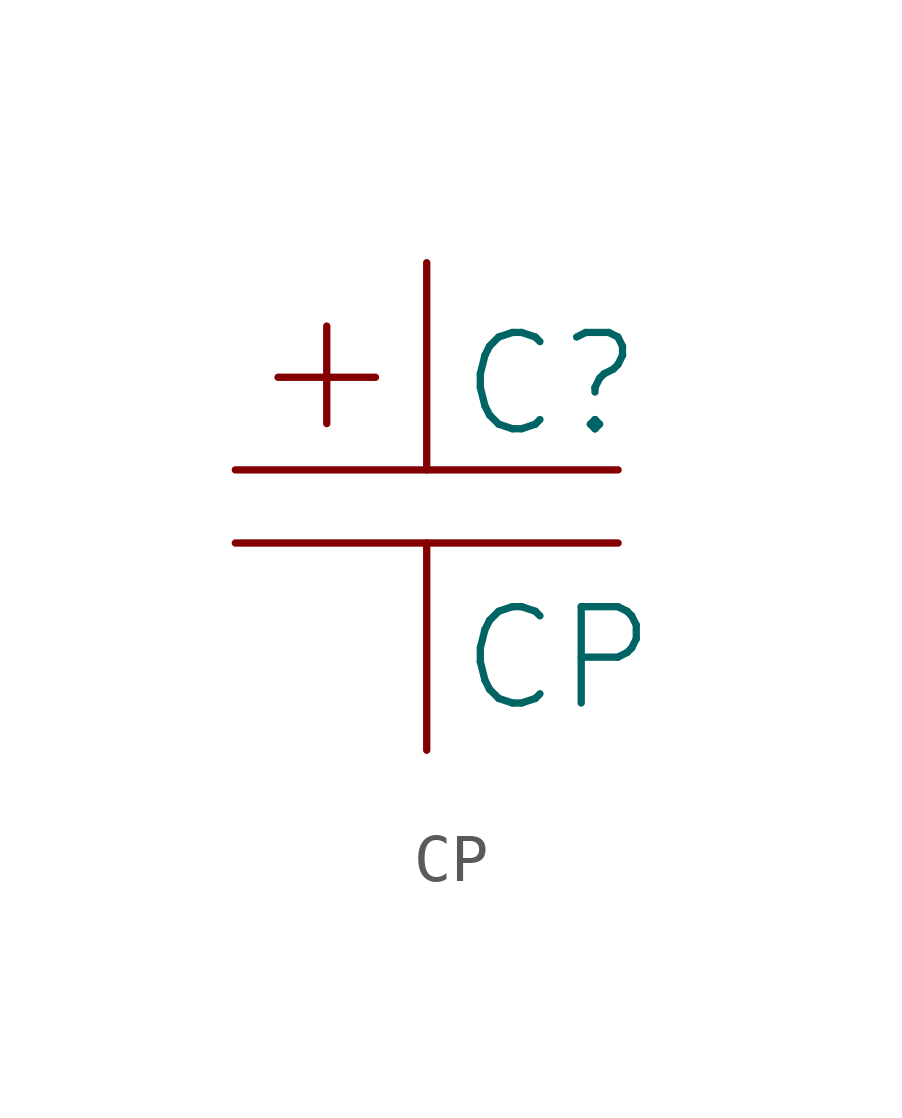
<source format=kicad_sym>
(kicad_symbol_lib
  (version 20231120)
  (generator "kicad_symbol_editor")
  (generator_version "8.0")
  (symbol "CP"
    (pin_numbers hide)
    (pin_names
      (offset 0) hide)
    (property "Reference" "C"
      (at 0.635 2.54 0)
      (effects (font (size 2.007 2.007)) (justify left)))
    (property "Value" "CP"
      (at 0.635 -3.175 0)
      (effects (font (size 2.007 2.007)) (justify left)))
    (symbol "CP_0_1"
      (polyline (pts (xy -3.988 -0.762) (xy 3.988 -0.762)) (stroke (width 0) (type solid)) (fill (type none)))
      (polyline (pts (xy -3.988 0.762) (xy 3.988 0.762)) (stroke (width 0) (type solid)) (fill (type none)))
      (polyline (pts (xy -2.083 3.759) (xy -2.083 1.727)) (stroke (width 0) (type solid)) (fill (type none)))
      (polyline (pts (xy -1.067 2.692) (xy -3.099 2.692)) (stroke (width 0) (type solid)) (fill (type none))))
    (symbol "CP_1_1"
      (pin passive line (at 0 5.08 270) (length 4.318) (name "~" (effects (font (size 2.007 2.007)))) (number "1" (effects (font (size 2.007 2.007)))))
      (pin passive line (at 0 -5.08 90) (length 4.318) (name "~" (effects (font (size 2.007 2.007)))) (number "2" (effects (font (size 2.007 2.007))))))))
</source>
